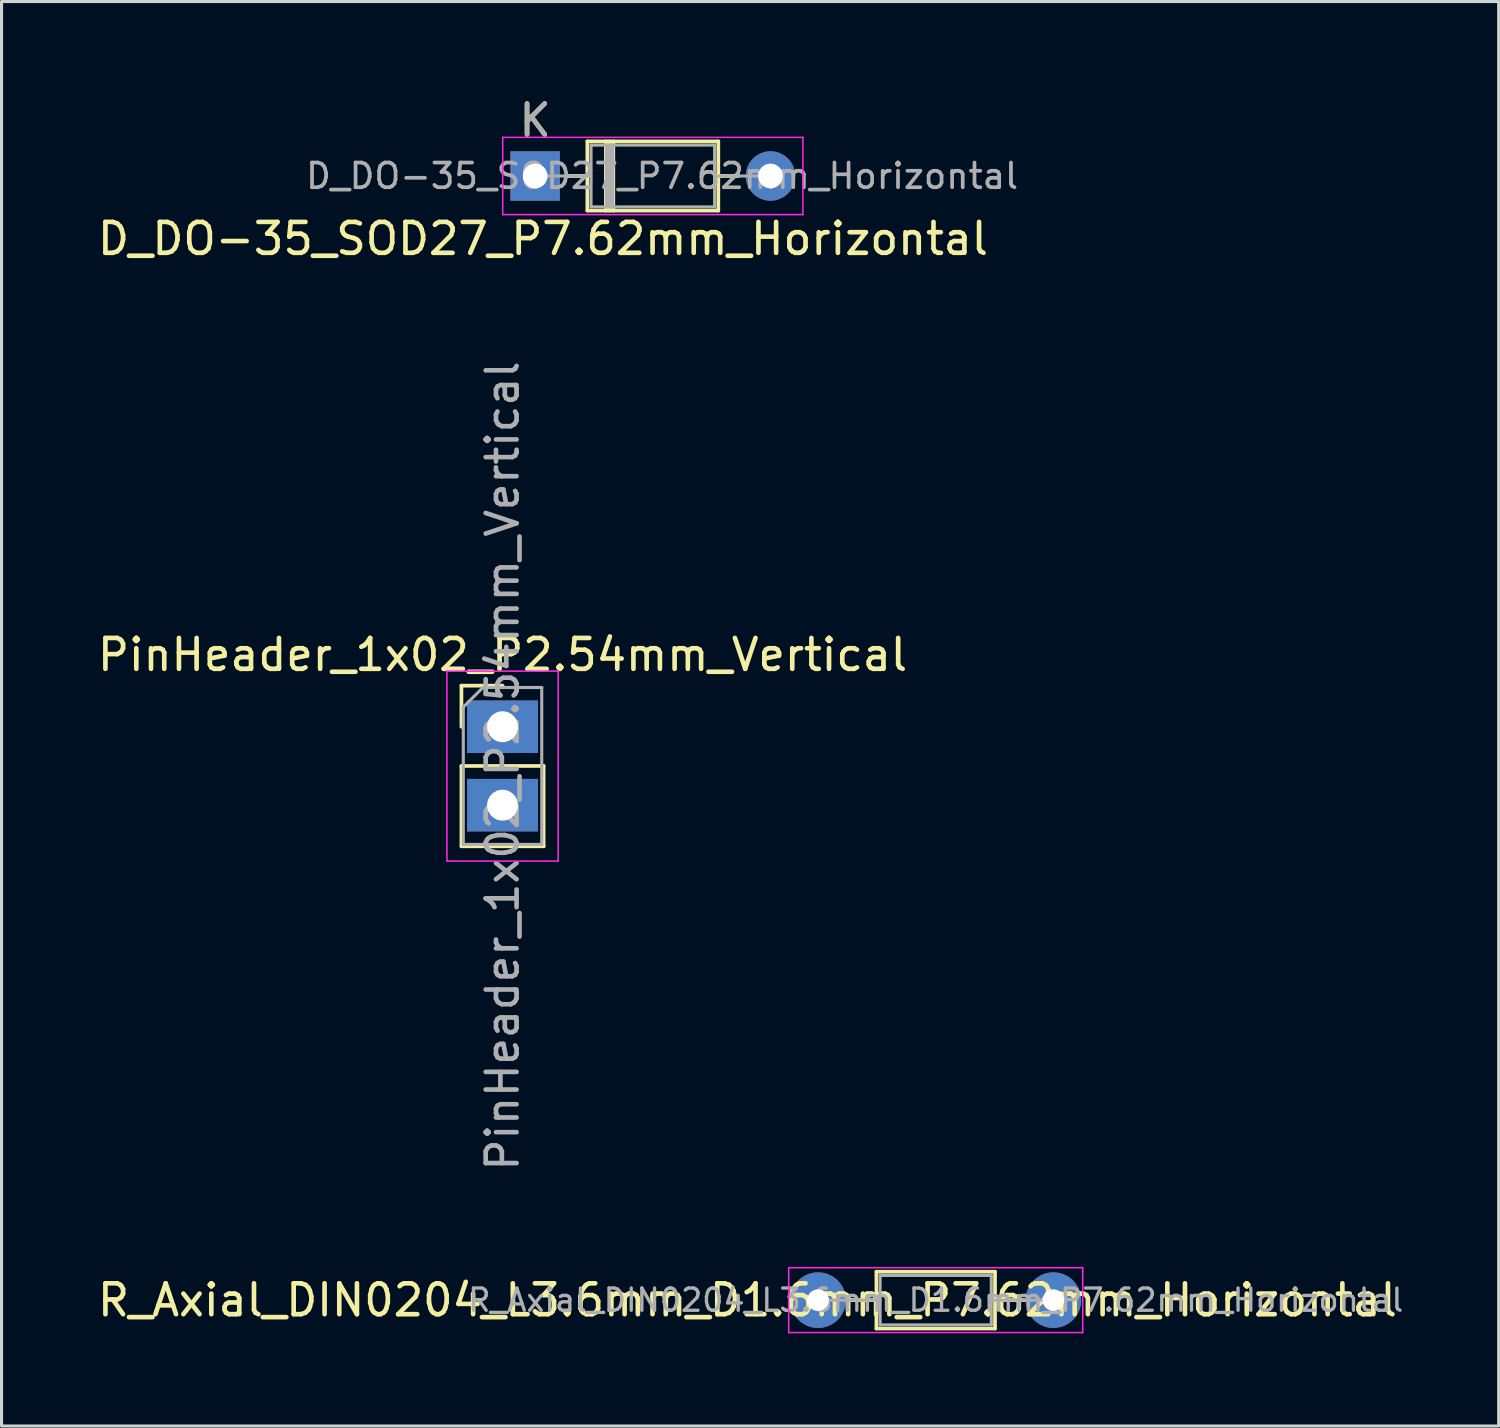
<source format=kicad_pcb>
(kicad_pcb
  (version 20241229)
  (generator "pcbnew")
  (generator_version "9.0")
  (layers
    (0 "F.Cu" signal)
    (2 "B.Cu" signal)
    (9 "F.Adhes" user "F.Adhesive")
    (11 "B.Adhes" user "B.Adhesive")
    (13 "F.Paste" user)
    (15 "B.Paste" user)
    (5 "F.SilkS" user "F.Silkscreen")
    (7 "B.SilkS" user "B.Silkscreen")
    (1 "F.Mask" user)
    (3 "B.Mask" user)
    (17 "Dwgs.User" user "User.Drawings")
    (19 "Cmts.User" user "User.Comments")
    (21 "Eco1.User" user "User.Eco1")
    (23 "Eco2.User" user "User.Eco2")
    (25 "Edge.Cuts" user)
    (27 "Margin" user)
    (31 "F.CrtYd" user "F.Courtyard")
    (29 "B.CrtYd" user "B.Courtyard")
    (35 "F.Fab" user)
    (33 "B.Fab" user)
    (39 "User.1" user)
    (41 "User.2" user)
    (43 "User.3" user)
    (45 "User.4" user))
  (footprint "PinHeader_1x02_P2.54mm_Vertical"
    (layer "F.Cu")
    (at 13.22 20.479)
    (property "Reference" "PinHeader_1x02_P2.54mm_Vertical" (at 0 -2.33 180) (layer "F.SilkS") (effects (font (size 1 1) (thickness 0.15))))
    (attr through_hole)
    (fp_line (start -1.33 -1.33) (end 0 -1.33) (stroke (width 0.12) (type solid)) (layer "F.SilkS"))
    (fp_line (start -1.33 0) (end -1.33 -1.33) (stroke (width 0.12) (type solid)) (layer "F.SilkS"))
    (fp_line (start -1.33 1.27) (end -1.33 3.87) (stroke (width 0.12) (type solid)) (layer "F.SilkS"))
    (fp_line (start -1.33 1.27) (end 1.33 1.27) (stroke (width 0.12) (type solid)) (layer "F.SilkS"))
    (fp_line (start -1.33 3.87) (end 1.33 3.87) (stroke (width 0.12) (type solid)) (layer "F.SilkS"))
    (fp_line (start 1.33 1.27) (end 1.33 3.87) (stroke (width 0.12) (type solid)) (layer "F.SilkS"))
    (fp_line (start -1.8 -1.8) (end -1.8 4.35) (stroke (width 0.05) (type solid)) (layer "F.CrtYd"))
    (fp_line (start -1.8 4.35) (end 1.8 4.35) (stroke (width 0.05) (type solid)) (layer "F.CrtYd"))
    (fp_line (start 1.8 -1.8) (end -1.8 -1.8) (stroke (width 0.05) (type solid)) (layer "F.CrtYd"))
    (fp_line (start 1.8 4.35) (end 1.8 -1.8) (stroke (width 0.05) (type solid)) (layer "F.CrtYd"))
    (fp_line (start -1.27 -0.635) (end -0.635 -1.27) (stroke (width 0.1) (type solid)) (layer "F.Fab"))
    (fp_line (start -1.27 3.81) (end -1.27 -0.635) (stroke (width 0.1) (type solid)) (layer "F.Fab"))
    (fp_line (start -0.635 -1.27) (end 1.27 -1.27) (stroke (width 0.1) (type solid)) (layer "F.Fab"))
    (fp_line (start 1.27 -1.27) (end 1.27 3.81) (stroke (width 0.1) (type solid)) (layer "F.Fab"))
    (fp_line (start 1.27 3.81) (end -1.27 3.81) (stroke (width 0.1) (type solid)) (layer "F.Fab"))
    (fp_text user "${REFERENCE}" (at 0 1.27 90) (layer "F.Fab") (effects (font (size 1 1) (thickness 0.15))))
    (pad "1" thru_hole rect (at 0 0) (size 2.3 1.7) (drill 1) (layers "*.Cu" "*.Mask"))
    (pad "2" thru_hole rect (at 0 2.54) (size 2.3 1.7) (drill 1) (layers "*.Cu" "*.Mask")))
  (footprint "R_Axial_DIN0204_L3.6mm_D1.6mm_P7.62mm_Horizontal"
    (layer "F.Cu")
    (at 23.435 39.044)
    (property "Reference" "R_Axial_DIN0204_L3.6mm_D1.6mm_P7.62mm_Horizontal" (at -2.286 0 0) (layer "F.SilkS") (effects (font (size 1 1) (thickness 0.15))))
    (attr through_hole)
    (fp_line (start 0.94 0) (end 1.89 0) (stroke (width 0.12) (type solid)) (layer "F.SilkS"))
    (fp_line (start 1.89 -0.92) (end 1.89 0.92) (stroke (width 0.12) (type solid)) (layer "F.SilkS"))
    (fp_line (start 1.89 0.92) (end 5.73 0.92) (stroke (width 0.12) (type solid)) (layer "F.SilkS"))
    (fp_line (start 5.73 -0.92) (end 1.89 -0.92) (stroke (width 0.12) (type solid)) (layer "F.SilkS"))
    (fp_line (start 5.73 0.92) (end 5.73 -0.92) (stroke (width 0.12) (type solid)) (layer "F.SilkS"))
    (fp_line (start 6.68 0) (end 5.73 0) (stroke (width 0.12) (type solid)) (layer "F.SilkS"))
    (fp_line (start -0.95 -1.05) (end -0.95 1.05) (stroke (width 0.05) (type solid)) (layer "F.CrtYd"))
    (fp_line (start -0.95 1.05) (end 8.57 1.05) (stroke (width 0.05) (type solid)) (layer "F.CrtYd"))
    (fp_line (start 8.57 -1.05) (end -0.95 -1.05) (stroke (width 0.05) (type solid)) (layer "F.CrtYd"))
    (fp_line (start 8.57 1.05) (end 8.57 -1.05) (stroke (width 0.05) (type solid)) (layer "F.CrtYd"))
    (fp_line (start 0 0) (end 2.01 0) (stroke (width 0.1) (type solid)) (layer "F.Fab"))
    (fp_line (start 2.01 -0.8) (end 2.01 0.8) (stroke (width 0.1) (type solid)) (layer "F.Fab"))
    (fp_line (start 2.01 0.8) (end 5.61 0.8) (stroke (width 0.1) (type solid)) (layer "F.Fab"))
    (fp_line (start 5.61 -0.8) (end 2.01 -0.8) (stroke (width 0.1) (type solid)) (layer "F.Fab"))
    (fp_line (start 5.61 0.8) (end 5.61 -0.8) (stroke (width 0.1) (type solid)) (layer "F.Fab"))
    (fp_line (start 7.62 0) (end 5.61 0) (stroke (width 0.1) (type solid)) (layer "F.Fab"))
    (fp_text user "${REFERENCE}" (at 3.81 0 0) (layer "F.Fab") (effects (font (size 0.72 0.72) (thickness 0.108))))
    (pad "1" thru_hole circle (at 0 0) (size 1.8 1.8) (drill 0.7) (layers "*.Cu" "*.Mask"))
    (pad "2" thru_hole oval (at 7.62 0) (size 1.8 1.8) (drill 0.7) (layers "*.Cu" "*.Mask")))
  (footprint "D_DO-35_SOD27_P7.62mm_Horizontal"
    (layer "F.Cu")
    (at 14.276 2.648)
    (property "Reference" "D_DO-35_SOD27_P7.62mm_Horizontal" (at 0.254 2.032 0) (layer "F.SilkS") (effects (font (size 1 1) (thickness 0.15))))
    (attr through_hole)
    (fp_line (start 1.04 0) (end 1.69 0) (stroke (width 0.12) (type solid)) (layer "F.SilkS"))
    (fp_line (start 1.69 -1.12) (end 1.69 1.12) (stroke (width 0.12) (type solid)) (layer "F.SilkS"))
    (fp_line (start 1.69 1.12) (end 5.93 1.12) (stroke (width 0.12) (type solid)) (layer "F.SilkS"))
    (fp_line (start 2.29 -1.12) (end 2.29 1.12) (stroke (width 0.12) (type solid)) (layer "F.SilkS"))
    (fp_line (start 2.41 -1.12) (end 2.41 1.12) (stroke (width 0.12) (type solid)) (layer "F.SilkS"))
    (fp_line (start 2.53 -1.12) (end 2.53 1.12) (stroke (width 0.12) (type solid)) (layer "F.SilkS"))
    (fp_line (start 5.93 -1.12) (end 1.69 -1.12) (stroke (width 0.12) (type solid)) (layer "F.SilkS"))
    (fp_line (start 5.93 1.12) (end 5.93 -1.12) (stroke (width 0.12) (type solid)) (layer "F.SilkS"))
    (fp_line (start 6.58 0) (end 5.93 0) (stroke (width 0.12) (type solid)) (layer "F.SilkS"))
    (fp_line (start -1.05 -1.25) (end -1.05 1.25) (stroke (width 0.05) (type solid)) (layer "F.CrtYd"))
    (fp_line (start -1.05 1.25) (end 8.67 1.25) (stroke (width 0.05) (type solid)) (layer "F.CrtYd"))
    (fp_line (start 8.67 -1.25) (end -1.05 -1.25) (stroke (width 0.05) (type solid)) (layer "F.CrtYd"))
    (fp_line (start 8.67 1.25) (end 8.67 -1.25) (stroke (width 0.05) (type solid)) (layer "F.CrtYd"))
    (fp_line (start 0 0) (end 1.81 0) (stroke (width 0.1) (type solid)) (layer "F.Fab"))
    (fp_line (start 1.81 -1) (end 1.81 1) (stroke (width 0.1) (type solid)) (layer "F.Fab"))
    (fp_line (start 1.81 1) (end 5.81 1) (stroke (width 0.1) (type solid)) (layer "F.Fab"))
    (fp_line (start 2.31 -1) (end 2.31 1) (stroke (width 0.1) (type solid)) (layer "F.Fab"))
    (fp_line (start 2.41 -1) (end 2.41 1) (stroke (width 0.1) (type solid)) (layer "F.Fab"))
    (fp_line (start 2.51 -1) (end 2.51 1) (stroke (width 0.1) (type solid)) (layer "F.Fab"))
    (fp_line (start 5.81 -1) (end 1.81 -1) (stroke (width 0.1) (type solid)) (layer "F.Fab"))
    (fp_line (start 5.81 1) (end 5.81 -1) (stroke (width 0.1) (type solid)) (layer "F.Fab"))
    (fp_line (start 7.62 0) (end 5.81 0) (stroke (width 0.1) (type solid)) (layer "F.Fab"))
    (fp_text user "K" (at 0 -1.8 0) (layer "F.SilkS") (effects (font (size 1 1) (thickness 0.15))))
    (fp_text user "${REFERENCE}" (at 4.11 0 0) (layer "F.Fab") (effects (font (size 0.8 0.8) (thickness 0.12))))
    (fp_text user "K" (at 0 -1.8 0) (layer "F.Fab") (effects (font (size 1 1) (thickness 0.15))))
    (pad "1" thru_hole rect (at 0 0) (size 1.6 1.6) (drill 0.8) (layers "*.Cu" "*.Mask"))
    (pad "2" thru_hole oval (at 7.62 0) (size 1.6 1.6) (drill 0.8) (layers "*.Cu" "*.Mask")))
  (gr_rect
    (start -3 -3)
    (end 45.472 43.119)
    (stroke (width 0.1) (type default))
    (fill no)
    (layer "Edge.Cuts")))
</source>
